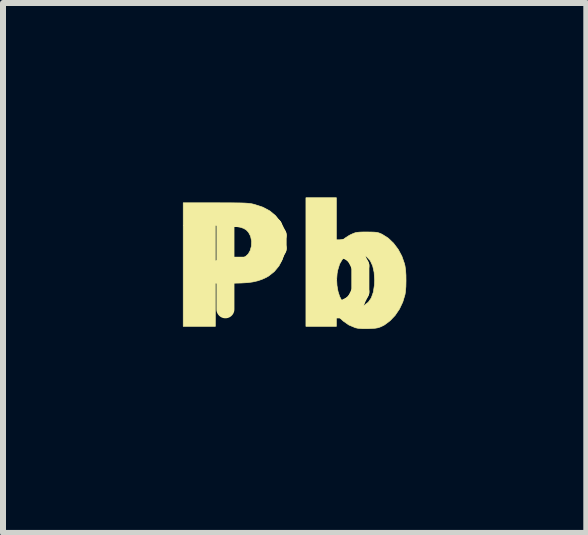
<source format=kicad_pcb>
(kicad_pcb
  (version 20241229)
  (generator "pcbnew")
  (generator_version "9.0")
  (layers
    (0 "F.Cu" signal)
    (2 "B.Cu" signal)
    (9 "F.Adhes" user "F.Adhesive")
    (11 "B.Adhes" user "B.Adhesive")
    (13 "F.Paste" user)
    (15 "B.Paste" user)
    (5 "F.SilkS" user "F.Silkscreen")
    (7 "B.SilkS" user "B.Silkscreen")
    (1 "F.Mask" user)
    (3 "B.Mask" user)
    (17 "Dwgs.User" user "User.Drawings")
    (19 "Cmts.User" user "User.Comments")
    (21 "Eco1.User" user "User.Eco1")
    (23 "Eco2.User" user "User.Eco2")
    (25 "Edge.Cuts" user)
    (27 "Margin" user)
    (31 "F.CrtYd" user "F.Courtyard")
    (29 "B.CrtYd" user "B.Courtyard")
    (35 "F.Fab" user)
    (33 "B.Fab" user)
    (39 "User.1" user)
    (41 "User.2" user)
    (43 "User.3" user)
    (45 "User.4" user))
  (footprint "Pb"
    (layer "F.Cu")
    (at 1.797 1.418)
    (property "Reference" "Pb" (at 0 0 0) (layer "F.SilkS") (effects (font (size 1.524 1.524) (thickness 0.3))))
    (attr through_hole)
    (fp_poly (pts (xy -1.111 -1.086) (xy -0.995 -1.086) (xy -0.902 -1.085) (xy -0.827 -1.084) (xy -0.767 -1.082) (xy -0.72 -1.079) (xy -0.682 -1.075) (xy -0.649 -1.07) (xy -0.619 -1.063) (xy -0.603 -1.059) (xy -0.463 -1.013) (xy -0.346 -0.95) (xy -0.252 -0.871) (xy -0.179 -0.775) (xy -0.127 -0.661) (xy -0.096 -0.532) (xy -0.087 -0.395) (xy -0.102 -0.264) (xy -0.139 -0.142) (xy -0.196 -0.033) (xy -0.273 0.06) (xy -0.368 0.135) (xy -0.41 0.159) (xy -0.481 0.191) (xy -0.553 0.215) (xy -0.631 0.233) (xy -0.72 0.245) (xy -0.825 0.251) (xy -0.953 0.254) (xy -0.983 0.254) (xy -1.256 0.254) (xy -1.256 0.974) (xy -1.792 0.974) (xy -1.792 -0.123) (xy -1.256 -0.123) (xy -1.061 -0.131) (xy -0.958 -0.136) (xy -0.881 -0.145) (xy -0.827 -0.156) (xy -0.811 -0.161) (xy -0.751 -0.193) (xy -0.708 -0.233) (xy -0.676 -0.289) (xy -0.676 -0.289) (xy -0.655 -0.364) (xy -0.652 -0.447) (xy -0.668 -0.525) (xy -0.676 -0.543) (xy -0.703 -0.593) (xy -0.738 -0.631) (xy -0.782 -0.659) (xy -0.841 -0.679) (xy -0.919 -0.692) (xy -1.02 -0.7) (xy -1.061 -0.702) (xy -1.256 -0.71) (xy -1.256 -0.123) (xy -1.792 -0.123) (xy -1.792 -1.087) (xy -1.251 -1.087) (xy -1.111 -1.086)) (stroke (width 0.01) (type solid)) (fill yes) (layer "F.SilkS"))
    (fp_poly (pts (xy 0.762 -0.366) (xy 0.835 -0.439) (xy 0.9 -0.494) (xy 0.974 -0.542) (xy 1.001 -0.556) (xy 1.041 -0.574) (xy 1.075 -0.587) (xy 1.11 -0.594) (xy 1.153 -0.598) (xy 1.212 -0.6) (xy 1.27 -0.6) (xy 1.345 -0.599) (xy 1.399 -0.597) (xy 1.439 -0.593) (xy 1.472 -0.584) (xy 1.505 -0.571) (xy 1.531 -0.558) (xy 1.627 -0.497) (xy 1.715 -0.413) (xy 1.792 -0.311) (xy 1.854 -0.196) (xy 1.897 -0.073) (xy 1.906 -0.035) (xy 1.916 0.034) (xy 1.922 0.121) (xy 1.923 0.217) (xy 1.921 0.312) (xy 1.914 0.396) (xy 1.906 0.445) (xy 1.869 0.568) (xy 1.813 0.686) (xy 1.741 0.792) (xy 1.656 0.881) (xy 1.564 0.95) (xy 1.531 0.967) (xy 1.489 0.986) (xy 1.451 0.998) (xy 1.409 1.005) (xy 1.354 1.009) (xy 1.291 1.012) (xy 1.195 1.012) (xy 1.122 1.006) (xy 1.079 0.997) (xy 0.97 0.951) (xy 0.877 0.886) (xy 0.833 0.846) (xy 0.762 0.775) (xy 0.762 0.974) (xy 0.254 0.974) (xy 0.254 0.192) (xy 0.767 0.192) (xy 0.772 0.293) (xy 0.789 0.39) (xy 0.816 0.475) (xy 0.852 0.544) (xy 0.884 0.58) (xy 0.952 0.622) (xy 1.033 0.646) (xy 1.118 0.65) (xy 1.199 0.633) (xy 1.228 0.621) (xy 1.294 0.571) (xy 1.344 0.499) (xy 1.378 0.403) (xy 1.396 0.285) (xy 1.399 0.205) (xy 1.391 0.073) (xy 1.367 -0.035) (xy 1.327 -0.121) (xy 1.271 -0.183) (xy 1.199 -0.222) (xy 1.111 -0.239) (xy 1.087 -0.24) (xy 0.996 -0.229) (xy 0.921 -0.198) (xy 0.861 -0.143) (xy 0.816 -0.066) (xy 0.785 0.035) (xy 0.774 0.093) (xy 0.767 0.192) (xy 0.254 0.192) (xy 0.254 -1.171) (xy 0.762 -1.171) (xy 0.762 -0.366)) (stroke (width 0.01) (type solid)) (fill yes) (layer "F.SilkS")))
  (gr_rect
    (start -3 -3)
    (end 6.726 5.836)
    (stroke (width 0.1) (type default))
    (fill no)
    (layer "Edge.Cuts")))
</source>
